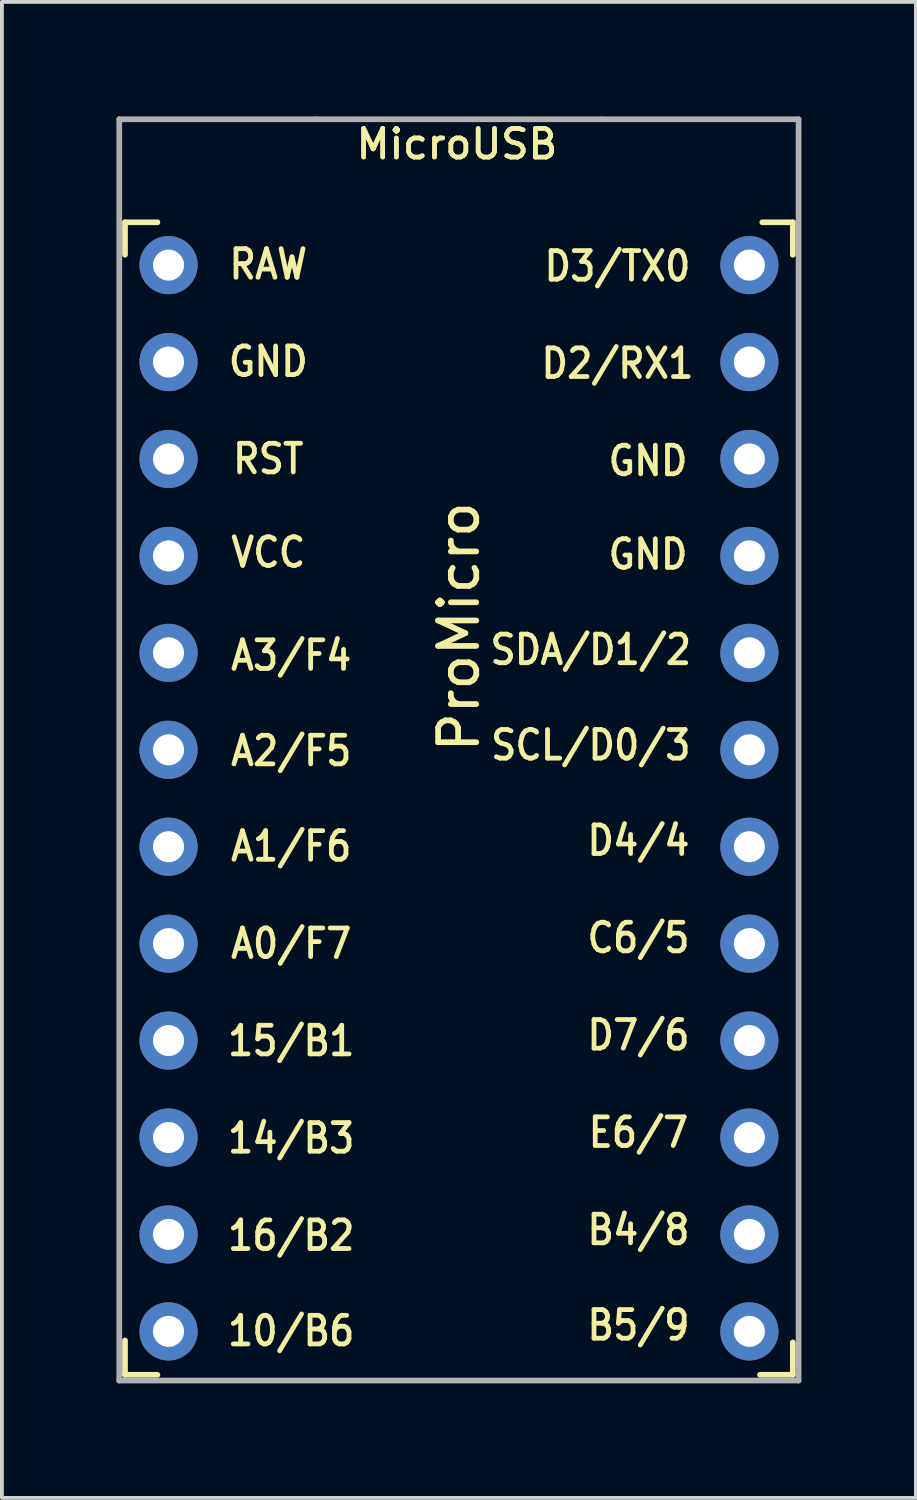
<source format=kicad_pcb>
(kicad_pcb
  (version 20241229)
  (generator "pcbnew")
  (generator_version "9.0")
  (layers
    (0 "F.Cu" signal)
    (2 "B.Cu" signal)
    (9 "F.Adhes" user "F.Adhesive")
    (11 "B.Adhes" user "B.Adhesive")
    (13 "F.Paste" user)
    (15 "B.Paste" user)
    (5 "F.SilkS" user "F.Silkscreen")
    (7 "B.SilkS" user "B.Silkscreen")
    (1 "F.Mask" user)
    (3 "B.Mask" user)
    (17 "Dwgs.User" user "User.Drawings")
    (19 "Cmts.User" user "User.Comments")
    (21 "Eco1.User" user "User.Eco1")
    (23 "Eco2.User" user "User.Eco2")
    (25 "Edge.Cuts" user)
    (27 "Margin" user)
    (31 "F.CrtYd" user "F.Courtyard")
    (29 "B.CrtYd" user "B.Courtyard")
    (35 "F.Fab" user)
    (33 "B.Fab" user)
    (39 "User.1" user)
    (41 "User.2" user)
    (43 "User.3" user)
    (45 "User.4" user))
  (footprint "ProMicro"
    (layer "F.Cu")
    (at 8.975 18.375)
    (property "Reference" "ProMicro" (at 0 -5 270) (layer "F.SilkS") (effects (font (size 1 1) (thickness 0.15))))
    (attr through_hole)
    (fp_line (start -8.75 -15.6) (end -8.75 -14.75) (stroke (width 0.15) (type solid)) (layer "F.SilkS"))
    (fp_line (start -8.75 -15.6) (end -7.9 -15.6) (stroke (width 0.15) (type solid)) (layer "F.SilkS"))
    (fp_line (start -8.75 13.7) (end -8.75 14.6) (stroke (width 0.15) (type solid)) (layer "F.SilkS"))
    (fp_line (start -8.75 14.6) (end -7.9 14.6) (stroke (width 0.15) (type solid)) (layer "F.SilkS"))
    (fp_line (start 8.75 -15.6) (end 7.95 -15.6) (stroke (width 0.15) (type solid)) (layer "F.SilkS"))
    (fp_line (start 8.75 -15.6) (end 8.75 -14.75) (stroke (width 0.15) (type solid)) (layer "F.SilkS"))
    (fp_line (start 8.75 13.75) (end 8.75 14.6) (stroke (width 0.15) (type solid)) (layer "F.SilkS"))
    (fp_line (start 8.75 14.6) (end 7.89 14.6) (stroke (width 0.15) (type solid)) (layer "F.SilkS"))
    (fp_line (start -8.9 -18.3) (end -3.75 -18.3) (stroke (width 0.15) (type solid)) (layer "F.Fab"))
    (fp_line (start -8.9 14.75) (end -8.9 -18.3) (stroke (width 0.15) (type solid)) (layer "F.Fab"))
    (fp_line (start -3.75 -18.3) (end 3.75 -18.3) (stroke (width 0.15) (type solid)) (layer "F.Fab"))
    (fp_line (start 3.76 -18.3) (end 8.9 -18.3) (stroke (width 0.15) (type solid)) (layer "F.Fab"))
    (fp_line (start 8.9 -18.3) (end 8.9 14.75) (stroke (width 0.15) (type solid)) (layer "F.Fab"))
    (fp_line (start 8.9 14.75) (end -8.9 14.75) (stroke (width 0.15) (type solid)) (layer "F.Fab"))
    (fp_text user "SCL/D0/3" (at 3.455 -1.9 0) (unlocked yes) (layer "F.SilkS") (effects (font (size 0.75 0.67) (thickness 0.125))))
    (fp_text user "D4/4" (at 4.705 0.6 0) (unlocked yes) (layer "F.SilkS") (effects (font (size 0.75 0.67) (thickness 0.125))))
    (fp_text user "E6/7" (at 4.705 8.25 0) (unlocked yes) (layer "F.SilkS") (effects (font (size 0.75 0.67) (thickness 0.125))))
    (fp_text user "GND" (at -4.995 -11.95 0) (unlocked yes) (layer "F.SilkS") (effects (font (size 0.75 0.67) (thickness 0.125))))
    (fp_text user "D3/TX0" (at 4.155 -14.45 0) (unlocked yes) (layer "F.SilkS") (effects (font (size 0.75 0.67) (thickness 0.125))))
    (fp_text user "VCC" (at -4.995 -6.95 0) (unlocked yes) (layer "F.SilkS") (effects (font (size 0.75 0.67) (thickness 0.125))))
    (fp_text user "A0/F7" (at -4.395 3.3 0) (unlocked yes) (layer "F.SilkS") (effects (font (size 0.75 0.67) (thickness 0.125))))
    (fp_text user "SDA/D1/2" (at 3.455 -4.4 0) (unlocked yes) (layer "F.SilkS") (effects (font (size 0.75 0.67) (thickness 0.125))))
    (fp_text user "MicroUSB" (at -0.05 -17.65 0) (layer "F.SilkS") (effects (font (size 0.75 0.75) (thickness 0.12))))
    (fp_text user "GND" (at 4.955 -6.9 0) (unlocked yes) (layer "F.SilkS") (effects (font (size 0.75 0.67) (thickness 0.125))))
    (fp_text user "15/B1" (at -4.395 5.85 0) (unlocked yes) (layer "F.SilkS") (effects (font (size 0.75 0.67) (thickness 0.125))))
    (fp_text user "C6/5" (at 4.705 3.15 0) (unlocked yes) (layer "F.SilkS") (effects (font (size 0.75 0.67) (thickness 0.125))))
    (fp_text user "GND" (at 4.955 -9.35 0) (unlocked yes) (layer "F.SilkS") (effects (font (size 0.75 0.67) (thickness 0.125))))
    (fp_text user "10/B6" (at -4.395 13.45 0) (unlocked yes) (layer "F.SilkS") (effects (font (size 0.75 0.67) (thickness 0.125))))
    (fp_text user "D7/6" (at 4.705 5.7 0) (unlocked yes) (layer "F.SilkS") (effects (font (size 0.75 0.67) (thickness 0.125))))
    (fp_text user "B5/9" (at 4.705 13.3 0) (unlocked yes) (layer "F.SilkS") (effects (font (size 0.75 0.67) (thickness 0.125))))
    (fp_text user "RST" (at -4.995 -9.4 0) (unlocked yes) (layer "F.SilkS") (effects (font (size 0.75 0.67) (thickness 0.125))))
    (fp_text user "A1/F6" (at -4.395 0.75 0) (unlocked yes) (layer "F.SilkS") (effects (font (size 0.75 0.67) (thickness 0.125))))
    (fp_text user "MicroUSB" (at -0.05 -17.65 0) (layer "F.SilkS") (effects (font (size 0.75 0.75) (thickness 0.12))))
    (fp_text user "B4/8" (at 4.705 10.8 0) (unlocked yes) (layer "F.SilkS") (effects (font (size 0.75 0.67) (thickness 0.125))))
    (fp_text user "14/B3" (at -4.395 8.4 0) (unlocked yes) (layer "F.SilkS") (effects (font (size 0.75 0.67) (thickness 0.125))))
    (fp_text user "A3/F4" (at -4.395 -4.25 0) (unlocked yes) (layer "F.SilkS") (effects (font (size 0.75 0.67) (thickness 0.125))))
    (fp_text user "16/B2" (at -4.395 10.95 0) (unlocked yes) (layer "F.SilkS") (effects (font (size 0.75 0.67) (thickness 0.125))))
    (fp_text user "D2/RX1" (at 4.155 -11.9 0) (unlocked yes) (layer "F.SilkS") (effects (font (size 0.75 0.67) (thickness 0.125))))
    (fp_text user "A2/F5" (at -4.395 -1.75 0) (unlocked yes) (layer "F.SilkS") (effects (font (size 0.75 0.67) (thickness 0.125))))
    (fp_text user "RAW" (at -4.995 -14.5 0) (unlocked yes) (layer "F.SilkS") (effects (font (size 0.75 0.67) (thickness 0.125))))
    (pad "1" thru_hole circle (at 7.611 -14.478) (size 1.524 1.524) (drill 0.813) (layers "*.Cu" "B.Mask"))
    (pad "2" thru_hole circle (at 7.611 -11.938) (size 1.524 1.524) (drill 0.813) (layers "*.Cu" "B.Mask"))
    (pad "3" thru_hole circle (at 7.611 -9.398) (size 1.524 1.524) (drill 0.813) (layers "*.Cu" "B.Mask"))
    (pad "4" thru_hole circle (at 7.611 -6.858) (size 1.524 1.524) (drill 0.813) (layers "*.Cu" "B.Mask"))
    (pad "5" thru_hole circle (at 7.611 -4.318) (size 1.524 1.524) (drill 0.813) (layers "*.Cu" "B.Mask"))
    (pad "6" thru_hole circle (at 7.611 -1.778) (size 1.524 1.524) (drill 0.813) (layers "*.Cu" "B.Mask"))
    (pad "7" thru_hole circle (at 7.611 0.762) (size 1.524 1.524) (drill 0.813) (layers "*.Cu" "B.Mask"))
    (pad "8" thru_hole circle (at 7.611 3.302) (size 1.524 1.524) (drill 0.813) (layers "*.Cu" "B.Mask"))
    (pad "9" thru_hole circle (at 7.611 5.842) (size 1.524 1.524) (drill 0.813) (layers "*.Cu" "B.Mask"))
    (pad "10" thru_hole circle (at 7.611 8.382) (size 1.524 1.524) (drill 0.813) (layers "*.Cu" "B.Mask"))
    (pad "11" thru_hole circle (at 7.611 10.922) (size 1.524 1.524) (drill 0.813) (layers "*.Cu" "B.Mask"))
    (pad "12" thru_hole circle (at 7.611 13.462) (size 1.524 1.524) (drill 0.813) (layers "*.Cu" "B.Mask"))
    (pad "13" thru_hole circle (at -7.609 13.462) (size 1.524 1.524) (drill 0.813) (layers "*.Cu" "B.Mask"))
    (pad "14" thru_hole circle (at -7.609 10.922) (size 1.524 1.524) (drill 0.813) (layers "*.Cu" "B.Mask"))
    (pad "15" thru_hole circle (at -7.609 8.382) (size 1.524 1.524) (drill 0.813) (layers "*.Cu" "B.Mask"))
    (pad "16" thru_hole circle (at -7.609 5.842) (size 1.524 1.524) (drill 0.813) (layers "*.Cu" "B.Mask"))
    (pad "17" thru_hole circle (at -7.609 3.302) (size 1.524 1.524) (drill 0.813) (layers "*.Cu" "B.Mask"))
    (pad "18" thru_hole circle (at -7.609 0.762) (size 1.524 1.524) (drill 0.813) (layers "*.Cu" "B.Mask"))
    (pad "19" thru_hole circle (at -7.609 -1.778) (size 1.524 1.524) (drill 0.813) (layers "*.Cu" "B.Mask"))
    (pad "20" thru_hole circle (at -7.609 -4.318) (size 1.524 1.524) (drill 0.813) (layers "*.Cu" "B.Mask"))
    (pad "21" thru_hole circle (at -7.609 -6.858) (size 1.524 1.524) (drill 0.813) (layers "*.Cu" "B.Mask"))
    (pad "22" thru_hole circle (at -7.609 -9.398) (size 1.524 1.524) (drill 0.813) (layers "*.Cu" "B.Mask"))
    (pad "23" thru_hole circle (at -7.609 -11.938) (size 1.524 1.524) (drill 0.813) (layers "*.Cu" "B.Mask"))
    (pad "24" thru_hole circle (at -7.609 -14.478) (size 1.524 1.524) (drill 0.813) (layers "*.Cu" "B.Mask")))
  (gr_rect
    (start -3 -3)
    (end 20.95 36.2)
    (stroke (width 0.1) (type default))
    (fill no)
    (layer "Edge.Cuts")))
</source>
